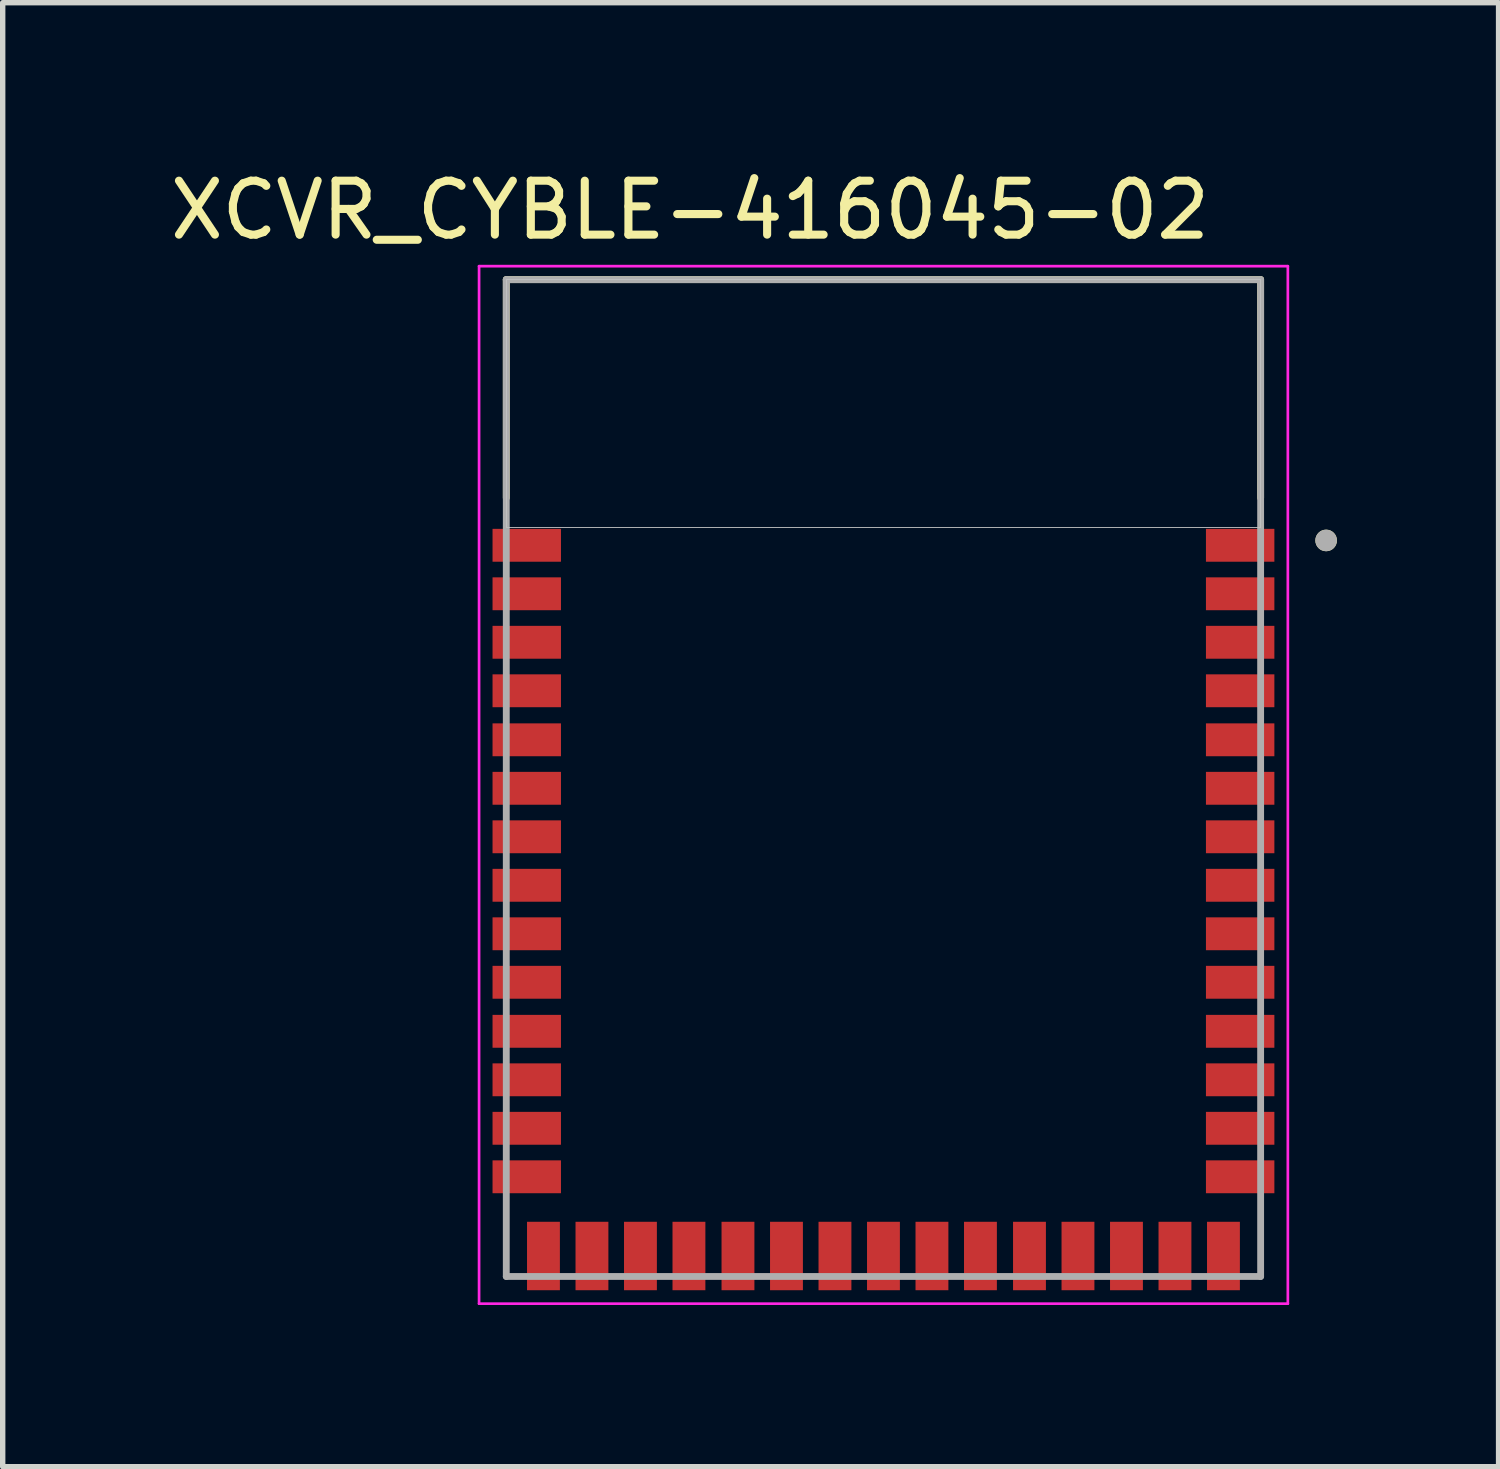
<source format=kicad_pcb>
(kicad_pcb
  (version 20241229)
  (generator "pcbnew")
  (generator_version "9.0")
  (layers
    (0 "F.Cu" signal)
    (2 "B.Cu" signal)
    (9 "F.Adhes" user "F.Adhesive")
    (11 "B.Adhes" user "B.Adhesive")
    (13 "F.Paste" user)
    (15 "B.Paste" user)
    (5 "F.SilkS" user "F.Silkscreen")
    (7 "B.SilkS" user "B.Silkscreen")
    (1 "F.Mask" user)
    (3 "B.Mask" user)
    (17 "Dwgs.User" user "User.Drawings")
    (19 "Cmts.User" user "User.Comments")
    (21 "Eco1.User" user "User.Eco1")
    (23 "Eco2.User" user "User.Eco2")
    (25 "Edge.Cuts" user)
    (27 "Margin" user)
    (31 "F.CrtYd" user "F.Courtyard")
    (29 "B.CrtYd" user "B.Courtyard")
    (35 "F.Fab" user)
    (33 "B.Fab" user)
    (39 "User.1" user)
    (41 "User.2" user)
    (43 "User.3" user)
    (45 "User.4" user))
  (footprint "XCVR_CYBLE-416045-02"
    (layer "F.Cu")
    (at 13.346 11.39)
    (property "Reference" "XCVR_CYBLE-416045-02" (at -3.589 -10.541 0) (layer "F.SilkS") (effects (font (size 1.001 1.001) (thickness 0.15))))
    (attr through_hole)
    (fp_line (start -7 -9.25) (end -7 -5.2) (stroke (width 0.127) (type solid)) (layer "F.SilkS"))
    (fp_line (start 7 -9.25) (end -7 -9.25) (stroke (width 0.127) (type solid)) (layer "F.SilkS"))
    (fp_line (start 7 -5.2) (end 7 -9.25) (stroke (width 0.127) (type solid)) (layer "F.SilkS"))
    (fp_circle (center 8.216 -4.41) (end 8.316 -4.41) (stroke (width 0.2) (type solid)) (fill no) (layer "F.SilkS"))
    (fp_poly (pts (xy -7 -9.25) (xy 7 -9.25) (xy 7 -4.65) (xy -7 -4.65)) (stroke (width 0.01) (type solid)) (fill no) (layer "Dwgs.User"))
    (fp_poly (pts (xy -7 -9.25) (xy 7 -9.25) (xy 7 -4.65) (xy -7 -4.65)) (stroke (width 0.01) (type solid)) (fill no) (layer "Dwgs.User"))
    (fp_poly (pts (xy -7 -9.25) (xy 7 -9.25) (xy 7 -4.65) (xy -7 -4.65)) (stroke (width 0.01) (type solid)) (fill no) (layer "Dwgs.User"))
    (fp_line (start -7.505 -9.5) (end 7.505 -9.5) (stroke (width 0.05) (type solid)) (layer "F.CrtYd"))
    (fp_line (start -7.505 9.755) (end -7.505 -9.5) (stroke (width 0.05) (type solid)) (layer "F.CrtYd"))
    (fp_line (start 7.505 -9.5) (end 7.505 9.755) (stroke (width 0.05) (type solid)) (layer "F.CrtYd"))
    (fp_line (start 7.505 9.755) (end -7.505 9.755) (stroke (width 0.05) (type solid)) (layer "F.CrtYd"))
    (fp_line (start -7 -9.25) (end -7 9.25) (stroke (width 0.127) (type solid)) (layer "F.Fab"))
    (fp_line (start -7 9.25) (end 7 9.25) (stroke (width 0.127) (type solid)) (layer "F.Fab"))
    (fp_line (start 7 -9.25) (end -7 -9.25) (stroke (width 0.127) (type solid)) (layer "F.Fab"))
    (fp_line (start 7 9.25) (end 7 -9.25) (stroke (width 0.127) (type solid)) (layer "F.Fab"))
    (fp_circle (center 8.215 -4.41) (end 8.315 -4.41) (stroke (width 0.2) (type solid)) (fill no) (layer "F.Fab"))
    (pad "1" smd rect (at 6.62 -4.32) (size 1.27 0.61) (layers "F.Cu" "F.Mask" "F.Paste"))
    (pad "2" smd rect (at 6.62 -3.42) (size 1.27 0.61) (layers "F.Cu" "F.Mask" "F.Paste"))
    (pad "3" smd rect (at 6.62 -2.52) (size 1.27 0.61) (layers "F.Cu" "F.Mask" "F.Paste"))
    (pad "4" smd rect (at 6.62 -1.62) (size 1.27 0.61) (layers "F.Cu" "F.Mask" "F.Paste"))
    (pad "5" smd rect (at 6.62 -0.71) (size 1.27 0.61) (layers "F.Cu" "F.Mask" "F.Paste"))
    (pad "6" smd rect (at 6.62 0.19) (size 1.27 0.61) (layers "F.Cu" "F.Mask" "F.Paste"))
    (pad "7" smd rect (at 6.62 1.09) (size 1.27 0.61) (layers "F.Cu" "F.Mask" "F.Paste"))
    (pad "8" smd rect (at 6.62 1.99) (size 1.27 0.61) (layers "F.Cu" "F.Mask" "F.Paste"))
    (pad "9" smd rect (at 6.62 2.89) (size 1.27 0.61) (layers "F.Cu" "F.Mask" "F.Paste"))
    (pad "10" smd rect (at 6.62 3.79) (size 1.27 0.61) (layers "F.Cu" "F.Mask" "F.Paste"))
    (pad "11" smd rect (at 6.62 4.7) (size 1.27 0.61) (layers "F.Cu" "F.Mask" "F.Paste"))
    (pad "12" smd rect (at 6.62 5.6) (size 1.27 0.61) (layers "F.Cu" "F.Mask" "F.Paste"))
    (pad "13" smd rect (at 6.62 6.5) (size 1.27 0.61) (layers "F.Cu" "F.Mask" "F.Paste"))
    (pad "14" smd rect (at 6.62 7.4) (size 1.27 0.61) (layers "F.Cu" "F.Mask" "F.Paste"))
    (pad "15" smd rect (at 6.31 8.87) (size 0.61 1.27) (layers "F.Cu" "F.Mask" "F.Paste"))
    (pad "16" smd rect (at 5.41 8.87) (size 0.61 1.27) (layers "F.Cu" "F.Mask" "F.Paste"))
    (pad "17" smd rect (at 4.51 8.87) (size 0.61 1.27) (layers "F.Cu" "F.Mask" "F.Paste"))
    (pad "18" smd rect (at 3.61 8.87) (size 0.61 1.27) (layers "F.Cu" "F.Mask" "F.Paste"))
    (pad "19" smd rect (at 2.71 8.87) (size 0.61 1.27) (layers "F.Cu" "F.Mask" "F.Paste"))
    (pad "20" smd rect (at 1.8 8.87) (size 0.61 1.27) (layers "F.Cu" "F.Mask" "F.Paste"))
    (pad "21" smd rect (at 0.9 8.87) (size 0.61 1.27) (layers "F.Cu" "F.Mask" "F.Paste"))
    (pad "22" smd rect (at 0 8.87) (size 0.61 1.27) (layers "F.Cu" "F.Mask" "F.Paste"))
    (pad "23" smd rect (at -0.9 8.87) (size 0.61 1.27) (layers "F.Cu" "F.Mask" "F.Paste"))
    (pad "24" smd rect (at -1.8 8.87) (size 0.61 1.27) (layers "F.Cu" "F.Mask" "F.Paste"))
    (pad "25" smd rect (at -2.7 8.87) (size 0.61 1.27) (layers "F.Cu" "F.Mask" "F.Paste"))
    (pad "26" smd rect (at -3.61 8.87) (size 0.61 1.27) (layers "F.Cu" "F.Mask" "F.Paste"))
    (pad "27" smd rect (at -4.51 8.87) (size 0.61 1.27) (layers "F.Cu" "F.Mask" "F.Paste"))
    (pad "28" smd rect (at -5.41 8.87) (size 0.61 1.27) (layers "F.Cu" "F.Mask" "F.Paste"))
    (pad "29" smd rect (at -6.31 8.87) (size 0.61 1.27) (layers "F.Cu" "F.Mask" "F.Paste"))
    (pad "30" smd rect (at -6.62 7.4) (size 1.27 0.61) (layers "F.Cu" "F.Mask" "F.Paste"))
    (pad "31" smd rect (at -6.62 6.5) (size 1.27 0.61) (layers "F.Cu" "F.Mask" "F.Paste"))
    (pad "32" smd rect (at -6.62 5.6) (size 1.27 0.61) (layers "F.Cu" "F.Mask" "F.Paste"))
    (pad "33" smd rect (at -6.62 4.7) (size 1.27 0.61) (layers "F.Cu" "F.Mask" "F.Paste"))
    (pad "34" smd rect (at -6.62 3.79) (size 1.27 0.61) (layers "F.Cu" "F.Mask" "F.Paste"))
    (pad "35" smd rect (at -6.62 2.89) (size 1.27 0.61) (layers "F.Cu" "F.Mask" "F.Paste"))
    (pad "36" smd rect (at -6.62 1.99) (size 1.27 0.61) (layers "F.Cu" "F.Mask" "F.Paste"))
    (pad "37" smd rect (at -6.62 1.09) (size 1.27 0.61) (layers "F.Cu" "F.Mask" "F.Paste"))
    (pad "38" smd rect (at -6.62 0.19) (size 1.27 0.61) (layers "F.Cu" "F.Mask" "F.Paste"))
    (pad "39" smd rect (at -6.62 -0.71) (size 1.27 0.61) (layers "F.Cu" "F.Mask" "F.Paste"))
    (pad "40" smd rect (at -6.62 -1.62) (size 1.27 0.61) (layers "F.Cu" "F.Mask" "F.Paste"))
    (pad "41" smd rect (at -6.62 -2.52) (size 1.27 0.61) (layers "F.Cu" "F.Mask" "F.Paste"))
    (pad "42" smd rect (at -6.62 -3.42) (size 1.27 0.61) (layers "F.Cu" "F.Mask" "F.Paste"))
    (pad "43" smd rect (at -6.62 -4.32) (size 1.27 0.61) (layers "F.Cu" "F.Mask" "F.Paste")))
  (gr_rect
    (start -3 -3)
    (end 24.762 24.17)
    (stroke (width 0.1) (type default))
    (fill no)
    (layer "Edge.Cuts")))
</source>
